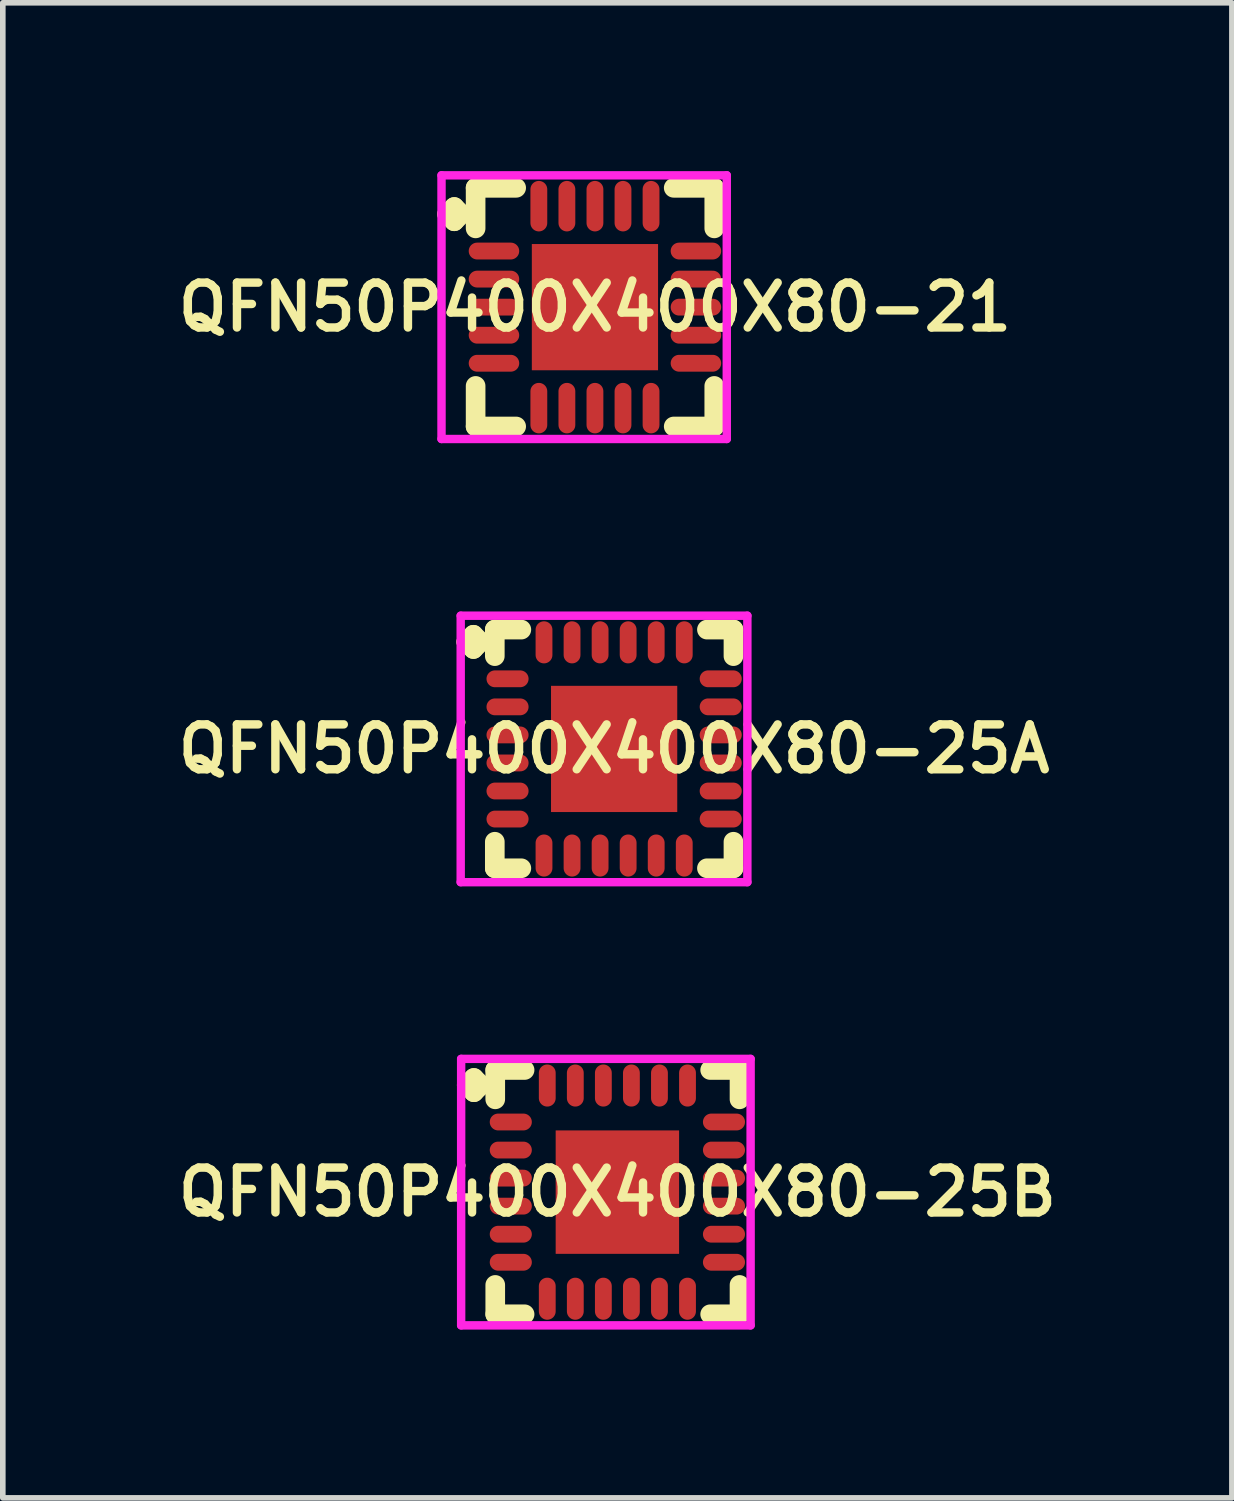
<source format=kicad_pcb>
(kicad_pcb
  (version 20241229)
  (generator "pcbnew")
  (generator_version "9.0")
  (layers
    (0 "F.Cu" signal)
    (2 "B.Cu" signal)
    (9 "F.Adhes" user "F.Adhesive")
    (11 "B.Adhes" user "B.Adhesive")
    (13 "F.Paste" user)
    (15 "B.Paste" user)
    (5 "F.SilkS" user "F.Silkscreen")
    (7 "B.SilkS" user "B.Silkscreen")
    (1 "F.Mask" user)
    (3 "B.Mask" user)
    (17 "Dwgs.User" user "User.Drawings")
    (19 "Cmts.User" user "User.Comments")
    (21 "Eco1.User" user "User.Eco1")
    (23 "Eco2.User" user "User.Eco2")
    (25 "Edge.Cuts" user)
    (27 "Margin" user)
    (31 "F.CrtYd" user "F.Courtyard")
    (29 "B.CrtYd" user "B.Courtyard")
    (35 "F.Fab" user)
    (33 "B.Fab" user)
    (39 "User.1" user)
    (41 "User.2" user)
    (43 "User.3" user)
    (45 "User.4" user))
  (footprint "QFN50P400X400X80-25B"
    (layer "F.Cu")
    (at 7.955 18.2)
    (property "Reference" "QFN50P400X400X80-25B" (at 0 0 0) (layer "F.SilkS") (effects (font (size 0.8 0.8) (thickness 0.15))))
    (attr smd)
    (fp_line (start -2.685 -1.908) (end -2.558 -2.035) (stroke (width 0.35) (type solid)) (layer "F.SilkS"))
    (fp_line (start -2.558 -2.035) (end -2.431 -1.908) (stroke (width 0.35) (type solid)) (layer "F.SilkS"))
    (fp_line (start -2.558 -1.781) (end -2.685 -1.908) (stroke (width 0.35) (type solid)) (layer "F.SilkS"))
    (fp_line (start -2.431 -1.908) (end -2.558 -1.781) (stroke (width 0.35) (type solid)) (layer "F.SilkS"))
    (fp_line (start -2.177 -2.177) (end -1.654 -2.177) (stroke (width 0.35) (type solid)) (layer "F.SilkS"))
    (fp_line (start -2.177 -1.654) (end -2.177 -2.177) (stroke (width 0.35) (type solid)) (layer "F.SilkS"))
    (fp_line (start -2.177 1.654) (end -2.177 2.177) (stroke (width 0.35) (type solid)) (layer "F.SilkS"))
    (fp_line (start -2.177 2.177) (end -1.654 2.177) (stroke (width 0.35) (type solid)) (layer "F.SilkS"))
    (fp_line (start 1.654 -2.177) (end 2.177 -2.177) (stroke (width 0.35) (type solid)) (layer "F.SilkS"))
    (fp_line (start 1.654 2.177) (end 2.177 2.177) (stroke (width 0.35) (type solid)) (layer "F.SilkS"))
    (fp_line (start 2.177 -2.177) (end 2.177 -1.654) (stroke (width 0.35) (type solid)) (layer "F.SilkS"))
    (fp_line (start 2.177 2.177) (end 2.177 1.654) (stroke (width 0.35) (type solid)) (layer "F.SilkS"))
    (fp_line (start -2.785 -2.375) (end 2.375 -2.375) (stroke (width 0.15) (type solid)) (layer "F.CrtYd"))
    (fp_line (start -2.785 2.375) (end -2.785 -2.375) (stroke (width 0.15) (type solid)) (layer "F.CrtYd"))
    (fp_line (start 2.375 -2.375) (end 2.375 2.375) (stroke (width 0.15) (type solid)) (layer "F.CrtYd"))
    (fp_line (start 2.375 2.375) (end -2.785 2.375) (stroke (width 0.15) (type solid)) (layer "F.CrtYd"))
    (pad "1" smd oval (at -1.9 -1.25) (size 0.75 0.3) (layers "F.Cu" "F.Mask" "F.Paste"))
    (pad "2" smd oval (at -1.9 -0.75) (size 0.75 0.3) (layers "F.Cu" "F.Mask" "F.Paste"))
    (pad "3" smd oval (at -1.9 -0.25) (size 0.75 0.3) (layers "F.Cu" "F.Mask" "F.Paste"))
    (pad "4" smd oval (at -1.9 0.25) (size 0.75 0.3) (layers "F.Cu" "F.Mask" "F.Paste"))
    (pad "5" smd oval (at -1.9 0.75) (size 0.75 0.3) (layers "F.Cu" "F.Mask" "F.Paste"))
    (pad "6" smd oval (at -1.9 1.25) (size 0.75 0.3) (layers "F.Cu" "F.Mask" "F.Paste"))
    (pad "7" smd oval (at -1.25 1.9) (size 0.3 0.75) (layers "F.Cu" "F.Mask" "F.Paste"))
    (pad "8" smd oval (at -0.75 1.9) (size 0.3 0.75) (layers "F.Cu" "F.Mask" "F.Paste"))
    (pad "9" smd oval (at -0.25 1.9) (size 0.3 0.75) (layers "F.Cu" "F.Mask" "F.Paste"))
    (pad "10" smd oval (at 0.25 1.9) (size 0.3 0.75) (layers "F.Cu" "F.Mask" "F.Paste"))
    (pad "11" smd oval (at 0.75 1.9) (size 0.3 0.75) (layers "F.Cu" "F.Mask" "F.Paste"))
    (pad "12" smd oval (at 1.25 1.9) (size 0.3 0.75) (layers "F.Cu" "F.Mask" "F.Paste"))
    (pad "13" smd oval (at 1.9 1.25) (size 0.75 0.3) (layers "F.Cu" "F.Mask" "F.Paste"))
    (pad "14" smd oval (at 1.9 0.75) (size 0.75 0.3) (layers "F.Cu" "F.Mask" "F.Paste"))
    (pad "15" smd oval (at 1.9 0.25) (size 0.75 0.3) (layers "F.Cu" "F.Mask" "F.Paste"))
    (pad "16" smd oval (at 1.9 -0.25) (size 0.75 0.3) (layers "F.Cu" "F.Mask" "F.Paste"))
    (pad "17" smd oval (at 1.9 -0.75) (size 0.75 0.3) (layers "F.Cu" "F.Mask" "F.Paste"))
    (pad "18" smd oval (at 1.9 -1.25) (size 0.75 0.3) (layers "F.Cu" "F.Mask" "F.Paste"))
    (pad "19" smd oval (at 1.25 -1.9) (size 0.3 0.75) (layers "F.Cu" "F.Mask" "F.Paste"))
    (pad "20" smd oval (at 0.75 -1.9) (size 0.3 0.75) (layers "F.Cu" "F.Mask" "F.Paste"))
    (pad "21" smd oval (at 0.25 -1.9) (size 0.3 0.75) (layers "F.Cu" "F.Mask" "F.Paste"))
    (pad "22" smd oval (at -0.25 -1.9) (size 0.3 0.75) (layers "F.Cu" "F.Mask" "F.Paste"))
    (pad "23" smd oval (at -0.75 -1.9) (size 0.3 0.75) (layers "F.Cu" "F.Mask" "F.Paste"))
    (pad "24" smd oval (at -1.25 -1.9) (size 0.3 0.75) (layers "F.Cu" "F.Mask" "F.Paste"))
    (pad "25" smd rect (at 0 0) (size 2.2 2.2) (layers "F.Cu" "F.Mask" "F.Paste")))
  (footprint "QFN50P400X400X80-25A"
    (layer "F.Cu")
    (at 7.897 10.3)
    (property "Reference" "QFN50P400X400X80-25A" (at 0 0 0) (layer "F.SilkS") (effects (font (size 0.8 0.8) (thickness 0.15))))
    (attr smd)
    (fp_line (start -2.635 -1.908) (end -2.508 -2.035) (stroke (width 0.35) (type solid)) (layer "F.SilkS"))
    (fp_line (start -2.508 -2.035) (end -2.381 -1.908) (stroke (width 0.35) (type solid)) (layer "F.SilkS"))
    (fp_line (start -2.508 -1.781) (end -2.635 -1.908) (stroke (width 0.35) (type solid)) (layer "F.SilkS"))
    (fp_line (start -2.381 -1.908) (end -2.508 -1.781) (stroke (width 0.35) (type solid)) (layer "F.SilkS"))
    (fp_line (start -2.127 -2.127) (end -1.654 -2.127) (stroke (width 0.35) (type solid)) (layer "F.SilkS"))
    (fp_line (start -2.127 -1.654) (end -2.127 -2.127) (stroke (width 0.35) (type solid)) (layer "F.SilkS"))
    (fp_line (start -2.127 1.654) (end -2.127 2.127) (stroke (width 0.35) (type solid)) (layer "F.SilkS"))
    (fp_line (start -2.127 2.127) (end -1.654 2.127) (stroke (width 0.35) (type solid)) (layer "F.SilkS"))
    (fp_line (start 1.654 -2.127) (end 2.127 -2.127) (stroke (width 0.35) (type solid)) (layer "F.SilkS"))
    (fp_line (start 1.654 2.127) (end 2.127 2.127) (stroke (width 0.35) (type solid)) (layer "F.SilkS"))
    (fp_line (start 2.127 -2.127) (end 2.127 -1.654) (stroke (width 0.35) (type solid)) (layer "F.SilkS"))
    (fp_line (start 2.127 2.127) (end 2.127 1.654) (stroke (width 0.35) (type solid)) (layer "F.SilkS"))
    (fp_line (start -2.735 -2.375) (end 2.375 -2.375) (stroke (width 0.15) (type solid)) (layer "F.CrtYd"))
    (fp_line (start -2.735 2.375) (end -2.735 -2.375) (stroke (width 0.15) (type solid)) (layer "F.CrtYd"))
    (fp_line (start 2.375 -2.375) (end 2.375 2.375) (stroke (width 0.15) (type solid)) (layer "F.CrtYd"))
    (fp_line (start 2.375 2.375) (end -2.735 2.375) (stroke (width 0.15) (type solid)) (layer "F.CrtYd"))
    (pad "1" smd oval (at -1.9 -1.25) (size 0.75 0.3) (layers "F.Cu" "F.Mask" "F.Paste"))
    (pad "2" smd oval (at -1.9 -0.75) (size 0.75 0.3) (layers "F.Cu" "F.Mask" "F.Paste"))
    (pad "3" smd oval (at -1.9 -0.25) (size 0.75 0.3) (layers "F.Cu" "F.Mask" "F.Paste"))
    (pad "4" smd oval (at -1.9 0.25) (size 0.75 0.3) (layers "F.Cu" "F.Mask" "F.Paste"))
    (pad "5" smd oval (at -1.9 0.75) (size 0.75 0.3) (layers "F.Cu" "F.Mask" "F.Paste"))
    (pad "6" smd oval (at -1.9 1.25) (size 0.75 0.3) (layers "F.Cu" "F.Mask" "F.Paste"))
    (pad "7" smd oval (at -1.25 1.9) (size 0.3 0.75) (layers "F.Cu" "F.Mask" "F.Paste"))
    (pad "8" smd oval (at -0.75 1.9) (size 0.3 0.75) (layers "F.Cu" "F.Mask" "F.Paste"))
    (pad "9" smd oval (at -0.25 1.9) (size 0.3 0.75) (layers "F.Cu" "F.Mask" "F.Paste"))
    (pad "10" smd oval (at 0.25 1.9) (size 0.3 0.75) (layers "F.Cu" "F.Mask" "F.Paste"))
    (pad "11" smd oval (at 0.75 1.9) (size 0.3 0.75) (layers "F.Cu" "F.Mask" "F.Paste"))
    (pad "12" smd oval (at 1.25 1.9) (size 0.3 0.75) (layers "F.Cu" "F.Mask" "F.Paste"))
    (pad "13" smd oval (at 1.9 1.25) (size 0.75 0.3) (layers "F.Cu" "F.Mask" "F.Paste"))
    (pad "14" smd oval (at 1.9 0.75) (size 0.75 0.3) (layers "F.Cu" "F.Mask" "F.Paste"))
    (pad "15" smd oval (at 1.9 0.25) (size 0.75 0.3) (layers "F.Cu" "F.Mask" "F.Paste"))
    (pad "16" smd oval (at 1.9 -0.25) (size 0.75 0.3) (layers "F.Cu" "F.Mask" "F.Paste"))
    (pad "17" smd oval (at 1.9 -0.75) (size 0.75 0.3) (layers "F.Cu" "F.Mask" "F.Paste"))
    (pad "18" smd oval (at 1.9 -1.25) (size 0.75 0.3) (layers "F.Cu" "F.Mask" "F.Paste"))
    (pad "19" smd oval (at 1.25 -1.9) (size 0.3 0.75) (layers "F.Cu" "F.Mask" "F.Paste"))
    (pad "20" smd oval (at 0.75 -1.9) (size 0.3 0.75) (layers "F.Cu" "F.Mask" "F.Paste"))
    (pad "21" smd oval (at 0.25 -1.9) (size 0.3 0.75) (layers "F.Cu" "F.Mask" "F.Paste"))
    (pad "22" smd oval (at -0.25 -1.9) (size 0.3 0.75) (layers "F.Cu" "F.Mask" "F.Paste"))
    (pad "23" smd oval (at -0.75 -1.9) (size 0.3 0.75) (layers "F.Cu" "F.Mask" "F.Paste"))
    (pad "24" smd oval (at -1.25 -1.9) (size 0.3 0.75) (layers "F.Cu" "F.Mask" "F.Paste"))
    (pad "25" smd rect (at 0 0) (size 2.25 2.25) (layers "F.Cu" "F.Mask" "F.Paste")))
  (footprint "QFN50P400X400X80-21"
    (layer "F.Cu")
    (at 7.555 2.425)
    (property "Reference" "QFN50P400X400X80-21" (at 0 0 0) (layer "F.SilkS") (effects (font (size 0.8 0.8) (thickness 0.15))))
    (attr smd)
    (fp_line (start -2.635 -1.658) (end -2.508 -1.785) (stroke (width 0.35) (type solid)) (layer "F.SilkS"))
    (fp_line (start -2.508 -1.785) (end -2.381 -1.658) (stroke (width 0.35) (type solid)) (layer "F.SilkS"))
    (fp_line (start -2.508 -1.531) (end -2.635 -1.658) (stroke (width 0.35) (type solid)) (layer "F.SilkS"))
    (fp_line (start -2.381 -1.658) (end -2.508 -1.531) (stroke (width 0.35) (type solid)) (layer "F.SilkS"))
    (fp_line (start -2.127 -2.127) (end -1.404 -2.127) (stroke (width 0.35) (type solid)) (layer "F.SilkS"))
    (fp_line (start -2.127 -1.404) (end -2.127 -2.127) (stroke (width 0.35) (type solid)) (layer "F.SilkS"))
    (fp_line (start -2.127 1.404) (end -2.127 2.127) (stroke (width 0.35) (type solid)) (layer "F.SilkS"))
    (fp_line (start -2.127 2.127) (end -1.404 2.127) (stroke (width 0.35) (type solid)) (layer "F.SilkS"))
    (fp_line (start 1.404 -2.127) (end 2.127 -2.127) (stroke (width 0.35) (type solid)) (layer "F.SilkS"))
    (fp_line (start 1.404 2.127) (end 2.127 2.127) (stroke (width 0.35) (type solid)) (layer "F.SilkS"))
    (fp_line (start 2.127 -2.127) (end 2.127 -1.404) (stroke (width 0.35) (type solid)) (layer "F.SilkS"))
    (fp_line (start 2.127 2.127) (end 2.127 1.404) (stroke (width 0.35) (type solid)) (layer "F.SilkS"))
    (fp_line (start -2.735 -2.35) (end 2.35 -2.35) (stroke (width 0.15) (type solid)) (layer "F.CrtYd"))
    (fp_line (start -2.735 2.35) (end -2.735 -2.35) (stroke (width 0.15) (type solid)) (layer "F.CrtYd"))
    (fp_line (start 2.35 -2.35) (end 2.35 2.35) (stroke (width 0.15) (type solid)) (layer "F.CrtYd"))
    (fp_line (start 2.35 2.35) (end -2.735 2.35) (stroke (width 0.15) (type solid)) (layer "F.CrtYd"))
    (pad "1" smd oval (at -1.8 -1) (size 0.9 0.3) (layers "F.Cu" "F.Mask" "F.Paste"))
    (pad "2" smd oval (at -1.8 -0.5) (size 0.9 0.3) (layers "F.Cu" "F.Mask" "F.Paste"))
    (pad "3" smd oval (at -1.8 0) (size 0.9 0.3) (layers "F.Cu" "F.Mask" "F.Paste"))
    (pad "4" smd oval (at -1.8 0.5) (size 0.9 0.3) (layers "F.Cu" "F.Mask" "F.Paste"))
    (pad "5" smd oval (at -1.8 1) (size 0.9 0.3) (layers "F.Cu" "F.Mask" "F.Paste"))
    (pad "6" smd oval (at -1 1.8) (size 0.3 0.9) (layers "F.Cu" "F.Mask" "F.Paste"))
    (pad "7" smd oval (at -0.5 1.8) (size 0.3 0.9) (layers "F.Cu" "F.Mask" "F.Paste"))
    (pad "8" smd oval (at 0 1.8) (size 0.3 0.9) (layers "F.Cu" "F.Mask" "F.Paste"))
    (pad "9" smd oval (at 0.5 1.8) (size 0.3 0.9) (layers "F.Cu" "F.Mask" "F.Paste"))
    (pad "10" smd oval (at 1 1.8) (size 0.3 0.9) (layers "F.Cu" "F.Mask" "F.Paste"))
    (pad "11" smd oval (at 1.8 1) (size 0.9 0.3) (layers "F.Cu" "F.Mask" "F.Paste"))
    (pad "12" smd oval (at 1.8 0.5) (size 0.9 0.3) (layers "F.Cu" "F.Mask" "F.Paste"))
    (pad "13" smd oval (at 1.8 0) (size 0.9 0.3) (layers "F.Cu" "F.Mask" "F.Paste"))
    (pad "14" smd oval (at 1.8 -0.5) (size 0.9 0.3) (layers "F.Cu" "F.Mask" "F.Paste"))
    (pad "15" smd oval (at 1.8 -1) (size 0.9 0.3) (layers "F.Cu" "F.Mask" "F.Paste"))
    (pad "16" smd oval (at 1 -1.8) (size 0.3 0.9) (layers "F.Cu" "F.Mask" "F.Paste"))
    (pad "17" smd oval (at 0.5 -1.8) (size 0.3 0.9) (layers "F.Cu" "F.Mask" "F.Paste"))
    (pad "18" smd oval (at 0 -1.8) (size 0.3 0.9) (layers "F.Cu" "F.Mask" "F.Paste"))
    (pad "19" smd oval (at -0.5 -1.8) (size 0.3 0.9) (layers "F.Cu" "F.Mask" "F.Paste"))
    (pad "20" smd oval (at -1 -1.8) (size 0.3 0.9) (layers "F.Cu" "F.Mask" "F.Paste"))
    (pad "21" smd rect (at 0 0) (size 2.25 2.25) (layers "F.Cu" "F.Mask" "F.Paste")))
  (gr_rect
    (start -3 -3)
    (end 18.909 23.65)
    (stroke (width 0.1) (type default))
    (fill no)
    (layer "Edge.Cuts")))
</source>
